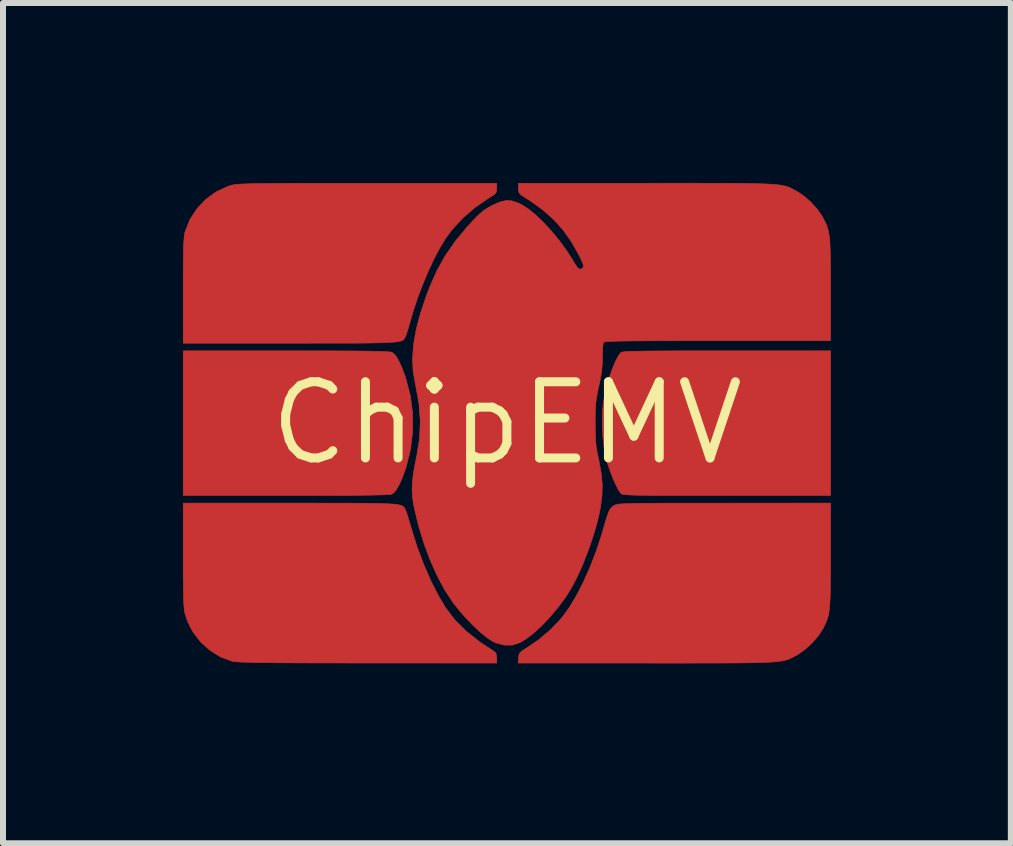
<source format=kicad_pcb>
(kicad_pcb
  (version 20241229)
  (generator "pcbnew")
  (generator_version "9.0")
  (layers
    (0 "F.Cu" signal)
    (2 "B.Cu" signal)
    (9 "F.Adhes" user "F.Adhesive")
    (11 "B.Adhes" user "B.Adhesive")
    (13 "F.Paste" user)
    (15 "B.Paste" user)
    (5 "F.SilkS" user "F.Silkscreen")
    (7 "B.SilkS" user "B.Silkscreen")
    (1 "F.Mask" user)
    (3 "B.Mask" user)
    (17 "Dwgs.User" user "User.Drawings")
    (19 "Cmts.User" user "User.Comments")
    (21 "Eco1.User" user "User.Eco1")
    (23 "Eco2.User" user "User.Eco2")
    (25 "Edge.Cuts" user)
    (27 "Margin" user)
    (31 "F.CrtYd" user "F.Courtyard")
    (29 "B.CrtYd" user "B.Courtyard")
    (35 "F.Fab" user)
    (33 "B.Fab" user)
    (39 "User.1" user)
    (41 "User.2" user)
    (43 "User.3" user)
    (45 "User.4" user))
  (footprint "ChipEMV"
    (layer "F.Cu")
    (at 5.402 4.006)
    (property "Reference" "ChipEMV" (at 0 0 0) (layer "F.SilkS") (effects (font (size 1.27 1.27) (thickness 0.15))))
    (attr through_hole)
    (fp_poly (pts (xy -3.352 -1.206) (xy -3.061 -1.206) (xy -2.808 -1.205) (xy -2.591 -1.204) (xy -2.408 -1.202) (xy -2.257 -1.2) (xy -2.137 -1.197) (xy -2.044 -1.194) (xy -1.978 -1.19) (xy -1.935 -1.186) (xy -1.915 -1.181) (xy -1.864 -1.139) (xy -1.811 -1.057) (xy -1.754 -0.934) (xy -1.692 -0.77) (xy -1.69 -0.762) (xy -1.612 -0.468) (xy -1.573 -0.164) (xy -1.572 0.146) (xy -1.61 0.453) (xy -1.686 0.751) (xy -1.743 0.909) (xy -1.799 1.033) (xy -1.853 1.123) (xy -1.903 1.175) (xy -1.915 1.181) (xy -1.936 1.186) (xy -1.98 1.19) (xy -2.048 1.194) (xy -2.141 1.197) (xy -2.263 1.2) (xy -2.415 1.202) (xy -2.599 1.204) (xy -2.817 1.205) (xy -3.071 1.206) (xy -3.364 1.206) (xy -3.684 1.206) (xy -5.397 1.206) (xy -5.397 -1.206) (xy -3.684 -1.206) (xy -3.352 -1.206)) (stroke (width 0.01) (type solid)) (fill yes) (layer "F.Cu"))
    (fp_poly (pts (xy 5.397 1.206) (xy 3.665 1.206) (xy 3.353 1.206) (xy 3.081 1.206) (xy 2.846 1.206) (xy 2.645 1.205) (xy 2.475 1.205) (xy 2.334 1.203) (xy 2.219 1.202) (xy 2.126 1.2) (xy 2.054 1.197) (xy 2 1.194) (xy 1.961 1.19) (xy 1.934 1.185) (xy 1.916 1.18) (xy 1.904 1.174) (xy 1.898 1.168) (xy 1.861 1.114) (xy 1.817 1.029) (xy 1.77 0.923) (xy 1.724 0.805) (xy 1.684 0.686) (xy 1.657 0.595) (xy 1.623 0.427) (xy 1.601 0.234) (xy 1.59 0.032) (xy 1.592 -0.164) (xy 1.607 -0.338) (xy 1.608 -0.34) (xy 1.633 -0.48) (xy 1.669 -0.627) (xy 1.712 -0.773) (xy 1.76 -0.909) (xy 1.809 -1.027) (xy 1.857 -1.12) (xy 1.897 -1.175) (xy 1.907 -1.181) (xy 1.926 -1.186) (xy 1.957 -1.19) (xy 2.003 -1.194) (xy 2.065 -1.197) (xy 2.147 -1.199) (xy 2.252 -1.201) (xy 2.382 -1.203) (xy 2.539 -1.204) (xy 2.727 -1.205) (xy 2.948 -1.206) (xy 3.205 -1.206) (xy 3.5 -1.206) (xy 3.663 -1.206) (xy 5.397 -1.206) (xy 5.397 1.206)) (stroke (width 0.01) (type solid)) (fill yes) (layer "F.Cu"))
    (fp_poly (pts (xy -3.011 1.334) (xy -2.764 1.334) (xy -2.551 1.335) (xy -2.37 1.336) (xy -2.218 1.338) (xy -2.092 1.341) (xy -1.989 1.344) (xy -1.908 1.349) (xy -1.845 1.355) (xy -1.797 1.363) (xy -1.763 1.372) (xy -1.738 1.383) (xy -1.721 1.396) (xy -1.709 1.41) (xy -1.7 1.427) (xy -1.693 1.44) (xy -1.679 1.475) (xy -1.657 1.542) (xy -1.629 1.633) (xy -1.598 1.738) (xy -1.588 1.773) (xy -1.498 2.06) (xy -1.391 2.345) (xy -1.272 2.619) (xy -1.145 2.871) (xy -1.022 3.078) (xy -0.872 3.276) (xy -0.68 3.467) (xy -0.449 3.651) (xy -0.217 3.803) (xy -0.183 3.836) (xy -0.17 3.888) (xy -0.169 3.916) (xy -0.169 4) (xy -2.323 3.999) (xy -2.681 3.999) (xy -3 3.998) (xy -3.28 3.998) (xy -3.526 3.997) (xy -3.739 3.996) (xy -3.922 3.994) (xy -4.077 3.993) (xy -4.206 3.991) (xy -4.312 3.988) (xy -4.398 3.985) (xy -4.466 3.982) (xy -4.518 3.978) (xy -4.556 3.974) (xy -4.584 3.969) (xy -4.591 3.967) (xy -4.78 3.895) (xy -4.953 3.787) (xy -5.105 3.65) (xy -5.231 3.488) (xy -5.325 3.307) (xy -5.365 3.185) (xy -5.373 3.146) (xy -5.38 3.096) (xy -5.386 3.032) (xy -5.39 2.949) (xy -5.393 2.844) (xy -5.395 2.711) (xy -5.397 2.547) (xy -5.397 2.348) (xy -5.397 2.197) (xy -5.397 1.333) (xy -3.618 1.333) (xy -3.295 1.333) (xy -3.011 1.334)) (stroke (width 0.01) (type solid)) (fill yes) (layer "F.Cu"))
    (fp_poly (pts (xy -0.169 -3.917) (xy -0.172 -3.873) (xy -0.183 -3.841) (xy -0.213 -3.812) (xy -0.268 -3.775) (xy -0.302 -3.755) (xy -0.529 -3.599) (xy -0.738 -3.418) (xy -0.92 -3.22) (xy -1.013 -3.094) (xy -1.109 -2.94) (xy -1.208 -2.753) (xy -1.307 -2.543) (xy -1.401 -2.319) (xy -1.488 -2.091) (xy -1.562 -1.868) (xy -1.597 -1.748) (xy -1.627 -1.644) (xy -1.654 -1.552) (xy -1.677 -1.482) (xy -1.692 -1.442) (xy -1.693 -1.44) (xy -1.703 -1.422) (xy -1.713 -1.406) (xy -1.726 -1.392) (xy -1.745 -1.379) (xy -1.772 -1.369) (xy -1.811 -1.36) (xy -1.863 -1.353) (xy -1.932 -1.348) (xy -2.019 -1.343) (xy -2.129 -1.34) (xy -2.263 -1.337) (xy -2.424 -1.335) (xy -2.615 -1.334) (xy -2.838 -1.334) (xy -3.096 -1.334) (xy -3.393 -1.333) (xy -3.618 -1.333) (xy -5.397 -1.333) (xy -5.397 -2.208) (xy -5.397 -2.431) (xy -5.397 -2.616) (xy -5.395 -2.767) (xy -5.393 -2.888) (xy -5.39 -2.983) (xy -5.385 -3.058) (xy -5.38 -3.115) (xy -5.373 -3.159) (xy -5.365 -3.194) (xy -5.364 -3.198) (xy -5.284 -3.397) (xy -5.169 -3.575) (xy -5.024 -3.729) (xy -4.853 -3.854) (xy -4.659 -3.946) (xy -4.595 -3.967) (xy -4.572 -3.972) (xy -4.543 -3.977) (xy -4.506 -3.981) (xy -4.456 -3.985) (xy -4.393 -3.988) (xy -4.313 -3.991) (xy -4.214 -3.994) (xy -4.094 -3.995) (xy -3.949 -3.997) (xy -3.778 -3.998) (xy -3.578 -3.999) (xy -3.347 -4) (xy -3.081 -4) (xy -2.779 -4) (xy -2.438 -4) (xy -2.324 -4) (xy -0.169 -4) (xy -0.169 -3.917)) (stroke (width 0.01) (type solid)) (fill yes) (layer "F.Cu"))
    (fp_poly (pts (xy 5.397 2.197) (xy 5.397 2.429) (xy 5.396 2.623) (xy 5.394 2.784) (xy 5.39 2.916) (xy 5.384 3.024) (xy 5.376 3.112) (xy 5.364 3.185) (xy 5.349 3.247) (xy 5.329 3.303) (xy 5.306 3.357) (xy 5.277 3.414) (xy 5.267 3.432) (xy 5.189 3.55) (xy 5.085 3.669) (xy 4.966 3.777) (xy 4.847 3.86) (xy 4.829 3.87) (xy 4.79 3.891) (xy 4.756 3.909) (xy 4.722 3.925) (xy 4.686 3.94) (xy 4.646 3.952) (xy 4.598 3.962) (xy 4.542 3.971) (xy 4.473 3.978) (xy 4.389 3.985) (xy 4.288 3.989) (xy 4.167 3.993) (xy 4.024 3.996) (xy 3.855 3.998) (xy 3.659 3.999) (xy 3.432 4) (xy 3.172 4) (xy 2.877 4.001) (xy 2.543 4.001) (xy 2.323 4) (xy 0.188 4) (xy 0.195 3.912) (xy 0.2 3.866) (xy 0.214 3.833) (xy 0.244 3.803) (xy 0.298 3.767) (xy 0.342 3.74) (xy 0.539 3.604) (xy 0.731 3.441) (xy 0.901 3.261) (xy 0.934 3.221) (xy 1.048 3.062) (xy 1.164 2.867) (xy 1.277 2.646) (xy 1.385 2.404) (xy 1.484 2.149) (xy 1.571 1.889) (xy 1.598 1.799) (xy 1.636 1.666) (xy 1.666 1.567) (xy 1.691 1.496) (xy 1.713 1.447) (xy 1.736 1.414) (xy 1.761 1.391) (xy 1.787 1.373) (xy 1.8 1.366) (xy 1.816 1.36) (xy 1.838 1.355) (xy 1.869 1.35) (xy 1.912 1.346) (xy 1.968 1.343) (xy 2.042 1.341) (xy 2.135 1.338) (xy 2.251 1.337) (xy 2.393 1.336) (xy 2.562 1.335) (xy 2.763 1.334) (xy 2.996 1.334) (xy 3.267 1.334) (xy 3.576 1.334) (xy 3.625 1.334) (xy 5.397 1.333) (xy 5.397 2.197)) (stroke (width 0.01) (type solid)) (fill yes) (layer "F.Cu"))
    (fp_poly (pts (xy 3.288 -4) (xy 3.533 -4) (xy 3.746 -3.999) (xy 3.93 -3.998) (xy 4.087 -3.995) (xy 4.22 -3.992) (xy 4.332 -3.988) (xy 4.425 -3.983) (xy 4.501 -3.977) (xy 4.564 -3.969) (xy 4.616 -3.96) (xy 4.659 -3.949) (xy 4.697 -3.936) (xy 4.731 -3.921) (xy 4.764 -3.904) (xy 4.8 -3.885) (xy 4.83 -3.869) (xy 4.946 -3.793) (xy 5.064 -3.69) (xy 5.171 -3.573) (xy 5.254 -3.455) (xy 5.267 -3.432) (xy 5.298 -3.372) (xy 5.324 -3.317) (xy 5.344 -3.261) (xy 5.361 -3.201) (xy 5.373 -3.13) (xy 5.383 -3.046) (xy 5.389 -2.942) (xy 5.394 -2.815) (xy 5.396 -2.66) (xy 5.397 -2.473) (xy 5.397 -2.248) (xy 5.397 -2.218) (xy 5.397 -1.376) (xy 3.516 -1.376) (xy 3.177 -1.376) (xy 2.878 -1.375) (xy 2.617 -1.375) (xy 2.392 -1.374) (xy 2.2 -1.372) (xy 2.04 -1.371) (xy 1.909 -1.369) (xy 1.805 -1.366) (xy 1.726 -1.363) (xy 1.669 -1.36) (xy 1.633 -1.356) (xy 1.615 -1.351) (xy 1.613 -1.349) (xy 1.604 -1.317) (xy 1.597 -1.253) (xy 1.594 -1.167) (xy 1.593 -1.111) (xy 1.591 -0.992) (xy 1.581 -0.878) (xy 1.561 -0.753) (xy 1.534 -0.624) (xy 1.51 -0.511) (xy 1.493 -0.416) (xy 1.482 -0.327) (xy 1.476 -0.23) (xy 1.473 -0.113) (xy 1.473 0) (xy 1.474 0.142) (xy 1.477 0.254) (xy 1.484 0.349) (xy 1.497 0.44) (xy 1.515 0.539) (xy 1.534 0.624) (xy 1.572 0.832) (xy 1.59 1.019) (xy 1.586 1.2) (xy 1.562 1.392) (xy 1.545 1.482) (xy 1.495 1.693) (xy 1.428 1.916) (xy 1.349 2.143) (xy 1.262 2.364) (xy 1.169 2.569) (xy 1.074 2.75) (xy 0.997 2.876) (xy 0.867 3.054) (xy 0.727 3.222) (xy 0.584 3.374) (xy 0.443 3.503) (xy 0.31 3.604) (xy 0.218 3.659) (xy 0.091 3.7) (xy -0.045 3.701) (xy -0.184 3.663) (xy -0.243 3.635) (xy -0.332 3.576) (xy -0.438 3.49) (xy -0.554 3.382) (xy -0.674 3.259) (xy -0.789 3.129) (xy -0.893 2.998) (xy -0.895 2.995) (xy -1.028 2.795) (xy -1.155 2.56) (xy -1.273 2.299) (xy -1.378 2.019) (xy -1.468 1.729) (xy -1.539 1.437) (xy -1.557 1.349) (xy -1.575 1.224) (xy -1.581 1.099) (xy -1.575 0.966) (xy -1.556 0.816) (xy -1.523 0.639) (xy -1.504 0.55) (xy -1.457 0.259) (xy -1.444 -0.031) (xy -1.466 -0.328) (xy -1.523 -0.641) (xy -1.529 -0.667) (xy -1.564 -0.87) (xy -1.573 -1.085) (xy -1.556 -1.314) (xy -1.513 -1.561) (xy -1.441 -1.831) (xy -1.342 -2.126) (xy -1.288 -2.268) (xy -1.169 -2.538) (xy -1.029 -2.79) (xy -0.861 -3.033) (xy -0.66 -3.275) (xy -0.564 -3.38) (xy -0.472 -3.473) (xy -0.393 -3.541) (xy -0.313 -3.594) (xy -0.237 -3.635) (xy -0.117 -3.688) (xy -0.015 -3.712) (xy 0.079 -3.708) (xy 0.179 -3.676) (xy 0.254 -3.639) (xy 0.362 -3.569) (xy 0.484 -3.469) (xy 0.613 -3.344) (xy 0.744 -3.202) (xy 0.871 -3.048) (xy 0.987 -2.891) (xy 1.087 -2.737) (xy 1.124 -2.673) (xy 1.171 -2.6) (xy 1.213 -2.567) (xy 1.251 -2.575) (xy 1.268 -2.591) (xy 1.277 -2.612) (xy 1.273 -2.645) (xy 1.253 -2.697) (xy 1.215 -2.775) (xy 1.193 -2.819) (xy 1.07 -3.035) (xy 0.935 -3.224) (xy 0.782 -3.394) (xy 0.605 -3.552) (xy 0.395 -3.704) (xy 0.249 -3.797) (xy 0.209 -3.83) (xy 0.193 -3.874) (xy 0.191 -3.916) (xy 0.191 -4) (xy 2.335 -4) (xy 2.692 -4.001) (xy 3.008 -4.001) (xy 3.288 -4)) (stroke (width 0.01) (type solid)) (fill yes) (layer "F.Cu"))
    (fp_poly (pts (xy -3.352 -1.206) (xy -3.061 -1.206) (xy -2.808 -1.205) (xy -2.591 -1.204) (xy -2.408 -1.202) (xy -2.257 -1.2) (xy -2.137 -1.197) (xy -2.044 -1.194) (xy -1.978 -1.19) (xy -1.935 -1.186) (xy -1.915 -1.181) (xy -1.864 -1.139) (xy -1.811 -1.057) (xy -1.754 -0.934) (xy -1.692 -0.77) (xy -1.69 -0.762) (xy -1.612 -0.468) (xy -1.573 -0.164) (xy -1.572 0.146) (xy -1.61 0.453) (xy -1.686 0.751) (xy -1.743 0.909) (xy -1.799 1.033) (xy -1.853 1.123) (xy -1.903 1.175) (xy -1.915 1.181) (xy -1.936 1.186) (xy -1.98 1.19) (xy -2.048 1.194) (xy -2.141 1.197) (xy -2.263 1.2) (xy -2.415 1.202) (xy -2.599 1.204) (xy -2.817 1.205) (xy -3.071 1.206) (xy -3.364 1.206) (xy -3.684 1.206) (xy -5.397 1.206) (xy -5.397 -1.206) (xy -3.684 -1.206) (xy -3.352 -1.206)) (stroke (width 0.01) (type solid)) (fill yes) (layer "F.Mask"))
    (fp_poly (pts (xy 5.397 1.206) (xy 3.665 1.206) (xy 3.353 1.206) (xy 3.081 1.206) (xy 2.846 1.206) (xy 2.645 1.205) (xy 2.475 1.205) (xy 2.334 1.203) (xy 2.219 1.202) (xy 2.126 1.2) (xy 2.054 1.197) (xy 2 1.194) (xy 1.961 1.19) (xy 1.934 1.185) (xy 1.916 1.18) (xy 1.904 1.174) (xy 1.898 1.168) (xy 1.861 1.114) (xy 1.817 1.029) (xy 1.77 0.923) (xy 1.724 0.805) (xy 1.684 0.686) (xy 1.657 0.595) (xy 1.623 0.427) (xy 1.601 0.234) (xy 1.59 0.032) (xy 1.592 -0.164) (xy 1.607 -0.338) (xy 1.608 -0.34) (xy 1.633 -0.48) (xy 1.669 -0.627) (xy 1.712 -0.773) (xy 1.76 -0.909) (xy 1.809 -1.027) (xy 1.857 -1.12) (xy 1.897 -1.175) (xy 1.907 -1.181) (xy 1.926 -1.186) (xy 1.957 -1.19) (xy 2.003 -1.194) (xy 2.065 -1.197) (xy 2.147 -1.199) (xy 2.252 -1.201) (xy 2.382 -1.203) (xy 2.539 -1.204) (xy 2.727 -1.205) (xy 2.948 -1.206) (xy 3.205 -1.206) (xy 3.5 -1.206) (xy 3.663 -1.206) (xy 5.397 -1.206) (xy 5.397 1.206)) (stroke (width 0.01) (type solid)) (fill yes) (layer "F.Mask"))
    (fp_poly (pts (xy -3.011 1.334) (xy -2.764 1.334) (xy -2.551 1.335) (xy -2.37 1.336) (xy -2.218 1.338) (xy -2.092 1.341) (xy -1.989 1.344) (xy -1.908 1.349) (xy -1.845 1.355) (xy -1.797 1.363) (xy -1.763 1.372) (xy -1.738 1.383) (xy -1.721 1.396) (xy -1.709 1.41) (xy -1.7 1.427) (xy -1.693 1.44) (xy -1.679 1.475) (xy -1.657 1.542) (xy -1.629 1.633) (xy -1.598 1.738) (xy -1.588 1.773) (xy -1.498 2.06) (xy -1.391 2.345) (xy -1.272 2.619) (xy -1.145 2.871) (xy -1.022 3.078) (xy -0.872 3.276) (xy -0.68 3.467) (xy -0.449 3.651) (xy -0.217 3.803) (xy -0.183 3.836) (xy -0.17 3.888) (xy -0.169 3.916) (xy -0.169 4) (xy -2.323 3.999) (xy -2.681 3.999) (xy -3 3.998) (xy -3.28 3.998) (xy -3.526 3.997) (xy -3.739 3.996) (xy -3.922 3.994) (xy -4.077 3.993) (xy -4.206 3.991) (xy -4.312 3.988) (xy -4.398 3.985) (xy -4.466 3.982) (xy -4.518 3.978) (xy -4.556 3.974) (xy -4.584 3.969) (xy -4.591 3.967) (xy -4.78 3.895) (xy -4.953 3.787) (xy -5.105 3.65) (xy -5.231 3.488) (xy -5.325 3.307) (xy -5.365 3.185) (xy -5.373 3.146) (xy -5.38 3.096) (xy -5.386 3.032) (xy -5.39 2.949) (xy -5.393 2.844) (xy -5.395 2.711) (xy -5.397 2.547) (xy -5.397 2.348) (xy -5.397 2.197) (xy -5.397 1.333) (xy -3.618 1.333) (xy -3.295 1.333) (xy -3.011 1.334)) (stroke (width 0.01) (type solid)) (fill yes) (layer "F.Mask"))
    (fp_poly (pts (xy -0.169 -3.917) (xy -0.172 -3.873) (xy -0.183 -3.841) (xy -0.213 -3.812) (xy -0.268 -3.775) (xy -0.302 -3.755) (xy -0.529 -3.599) (xy -0.738 -3.418) (xy -0.92 -3.22) (xy -1.013 -3.094) (xy -1.109 -2.94) (xy -1.208 -2.753) (xy -1.307 -2.543) (xy -1.401 -2.319) (xy -1.488 -2.091) (xy -1.562 -1.868) (xy -1.597 -1.748) (xy -1.627 -1.644) (xy -1.654 -1.552) (xy -1.677 -1.482) (xy -1.692 -1.442) (xy -1.693 -1.44) (xy -1.703 -1.422) (xy -1.713 -1.406) (xy -1.726 -1.392) (xy -1.745 -1.379) (xy -1.772 -1.369) (xy -1.811 -1.36) (xy -1.863 -1.353) (xy -1.932 -1.348) (xy -2.019 -1.343) (xy -2.129 -1.34) (xy -2.263 -1.337) (xy -2.424 -1.335) (xy -2.615 -1.334) (xy -2.838 -1.334) (xy -3.096 -1.334) (xy -3.393 -1.333) (xy -3.618 -1.333) (xy -5.397 -1.333) (xy -5.397 -2.208) (xy -5.397 -2.431) (xy -5.397 -2.616) (xy -5.395 -2.767) (xy -5.393 -2.888) (xy -5.39 -2.983) (xy -5.385 -3.058) (xy -5.38 -3.115) (xy -5.373 -3.159) (xy -5.365 -3.194) (xy -5.364 -3.198) (xy -5.284 -3.397) (xy -5.169 -3.575) (xy -5.024 -3.729) (xy -4.853 -3.854) (xy -4.659 -3.946) (xy -4.595 -3.967) (xy -4.572 -3.972) (xy -4.543 -3.977) (xy -4.506 -3.981) (xy -4.456 -3.985) (xy -4.393 -3.988) (xy -4.313 -3.991) (xy -4.214 -3.994) (xy -4.094 -3.995) (xy -3.949 -3.997) (xy -3.778 -3.998) (xy -3.578 -3.999) (xy -3.347 -4) (xy -3.081 -4) (xy -2.779 -4) (xy -2.438 -4) (xy -2.324 -4) (xy -0.169 -4) (xy -0.169 -3.917)) (stroke (width 0.01) (type solid)) (fill yes) (layer "F.Mask"))
    (fp_poly (pts (xy 5.397 2.197) (xy 5.397 2.429) (xy 5.396 2.623) (xy 5.394 2.784) (xy 5.39 2.916) (xy 5.384 3.024) (xy 5.376 3.112) (xy 5.364 3.185) (xy 5.349 3.247) (xy 5.329 3.303) (xy 5.306 3.357) (xy 5.277 3.414) (xy 5.267 3.432) (xy 5.189 3.55) (xy 5.085 3.669) (xy 4.966 3.777) (xy 4.847 3.86) (xy 4.829 3.87) (xy 4.79 3.891) (xy 4.756 3.909) (xy 4.722 3.925) (xy 4.686 3.94) (xy 4.646 3.952) (xy 4.598 3.962) (xy 4.542 3.971) (xy 4.473 3.978) (xy 4.389 3.985) (xy 4.288 3.989) (xy 4.167 3.993) (xy 4.024 3.996) (xy 3.855 3.998) (xy 3.659 3.999) (xy 3.432 4) (xy 3.172 4) (xy 2.877 4.001) (xy 2.543 4.001) (xy 2.323 4) (xy 0.188 4) (xy 0.195 3.912) (xy 0.2 3.866) (xy 0.214 3.833) (xy 0.244 3.803) (xy 0.298 3.767) (xy 0.342 3.74) (xy 0.539 3.604) (xy 0.731 3.441) (xy 0.901 3.261) (xy 0.934 3.221) (xy 1.048 3.062) (xy 1.164 2.867) (xy 1.277 2.646) (xy 1.385 2.404) (xy 1.484 2.149) (xy 1.571 1.889) (xy 1.598 1.799) (xy 1.636 1.666) (xy 1.666 1.567) (xy 1.691 1.496) (xy 1.713 1.447) (xy 1.736 1.414) (xy 1.761 1.391) (xy 1.787 1.373) (xy 1.8 1.366) (xy 1.816 1.36) (xy 1.838 1.355) (xy 1.869 1.35) (xy 1.912 1.346) (xy 1.968 1.343) (xy 2.042 1.341) (xy 2.135 1.338) (xy 2.251 1.337) (xy 2.393 1.336) (xy 2.562 1.335) (xy 2.763 1.334) (xy 2.996 1.334) (xy 3.267 1.334) (xy 3.576 1.334) (xy 3.625 1.334) (xy 5.397 1.333) (xy 5.397 2.197)) (stroke (width 0.01) (type solid)) (fill yes) (layer "F.Mask"))
    (fp_poly (pts (xy 3.288 -4) (xy 3.533 -4) (xy 3.746 -3.999) (xy 3.93 -3.998) (xy 4.087 -3.995) (xy 4.22 -3.992) (xy 4.332 -3.988) (xy 4.425 -3.983) (xy 4.501 -3.977) (xy 4.564 -3.969) (xy 4.616 -3.96) (xy 4.659 -3.949) (xy 4.697 -3.936) (xy 4.731 -3.921) (xy 4.764 -3.904) (xy 4.8 -3.885) (xy 4.83 -3.869) (xy 4.946 -3.793) (xy 5.064 -3.69) (xy 5.171 -3.573) (xy 5.254 -3.455) (xy 5.267 -3.432) (xy 5.298 -3.372) (xy 5.324 -3.317) (xy 5.344 -3.261) (xy 5.361 -3.201) (xy 5.373 -3.13) (xy 5.383 -3.046) (xy 5.389 -2.942) (xy 5.394 -2.815) (xy 5.396 -2.66) (xy 5.397 -2.473) (xy 5.397 -2.248) (xy 5.397 -2.218) (xy 5.397 -1.376) (xy 3.516 -1.376) (xy 3.177 -1.376) (xy 2.878 -1.375) (xy 2.617 -1.375) (xy 2.392 -1.374) (xy 2.2 -1.372) (xy 2.04 -1.371) (xy 1.909 -1.369) (xy 1.805 -1.366) (xy 1.726 -1.363) (xy 1.669 -1.36) (xy 1.633 -1.356) (xy 1.615 -1.351) (xy 1.613 -1.349) (xy 1.604 -1.317) (xy 1.597 -1.253) (xy 1.594 -1.167) (xy 1.593 -1.111) (xy 1.591 -0.992) (xy 1.581 -0.878) (xy 1.561 -0.753) (xy 1.534 -0.624) (xy 1.51 -0.511) (xy 1.493 -0.416) (xy 1.482 -0.327) (xy 1.476 -0.23) (xy 1.473 -0.113) (xy 1.473 0) (xy 1.474 0.142) (xy 1.477 0.254) (xy 1.484 0.349) (xy 1.497 0.44) (xy 1.515 0.539) (xy 1.534 0.624) (xy 1.572 0.832) (xy 1.59 1.019) (xy 1.586 1.2) (xy 1.562 1.392) (xy 1.545 1.482) (xy 1.495 1.693) (xy 1.428 1.916) (xy 1.349 2.143) (xy 1.262 2.364) (xy 1.169 2.569) (xy 1.074 2.75) (xy 0.997 2.876) (xy 0.867 3.054) (xy 0.727 3.222) (xy 0.584 3.374) (xy 0.443 3.503) (xy 0.31 3.604) (xy 0.218 3.659) (xy 0.091 3.7) (xy -0.045 3.701) (xy -0.184 3.663) (xy -0.243 3.635) (xy -0.332 3.576) (xy -0.438 3.49) (xy -0.554 3.382) (xy -0.674 3.259) (xy -0.789 3.129) (xy -0.893 2.998) (xy -0.895 2.995) (xy -1.028 2.795) (xy -1.155 2.56) (xy -1.273 2.299) (xy -1.378 2.019) (xy -1.468 1.729) (xy -1.539 1.437) (xy -1.557 1.349) (xy -1.575 1.224) (xy -1.581 1.099) (xy -1.575 0.966) (xy -1.556 0.816) (xy -1.523 0.639) (xy -1.504 0.55) (xy -1.457 0.259) (xy -1.444 -0.031) (xy -1.466 -0.328) (xy -1.523 -0.641) (xy -1.529 -0.667) (xy -1.564 -0.87) (xy -1.573 -1.085) (xy -1.556 -1.314) (xy -1.513 -1.561) (xy -1.441 -1.831) (xy -1.342 -2.126) (xy -1.288 -2.268) (xy -1.169 -2.538) (xy -1.029 -2.79) (xy -0.861 -3.033) (xy -0.66 -3.275) (xy -0.564 -3.38) (xy -0.472 -3.473) (xy -0.393 -3.541) (xy -0.313 -3.594) (xy -0.237 -3.635) (xy -0.117 -3.688) (xy -0.015 -3.712) (xy 0.079 -3.708) (xy 0.179 -3.676) (xy 0.254 -3.639) (xy 0.362 -3.569) (xy 0.484 -3.469) (xy 0.613 -3.344) (xy 0.744 -3.202) (xy 0.871 -3.048) (xy 0.987 -2.891) (xy 1.087 -2.737) (xy 1.124 -2.673) (xy 1.171 -2.6) (xy 1.213 -2.567) (xy 1.251 -2.575) (xy 1.268 -2.591) (xy 1.277 -2.612) (xy 1.273 -2.645) (xy 1.253 -2.697) (xy 1.215 -2.775) (xy 1.193 -2.819) (xy 1.07 -3.035) (xy 0.935 -3.224) (xy 0.782 -3.394) (xy 0.605 -3.552) (xy 0.395 -3.704) (xy 0.249 -3.797) (xy 0.209 -3.83) (xy 0.193 -3.874) (xy 0.191 -3.916) (xy 0.191 -4) (xy 2.335 -4) (xy 2.692 -4.001) (xy 3.008 -4.001) (xy 3.288 -4)) (stroke (width 0.01) (type solid)) (fill yes) (layer "F.Mask")))
  (gr_rect
    (start -3 -3)
    (end 13.805 11.011)
    (stroke (width 0.1) (type default))
    (fill no)
    (layer "Edge.Cuts")))
</source>
